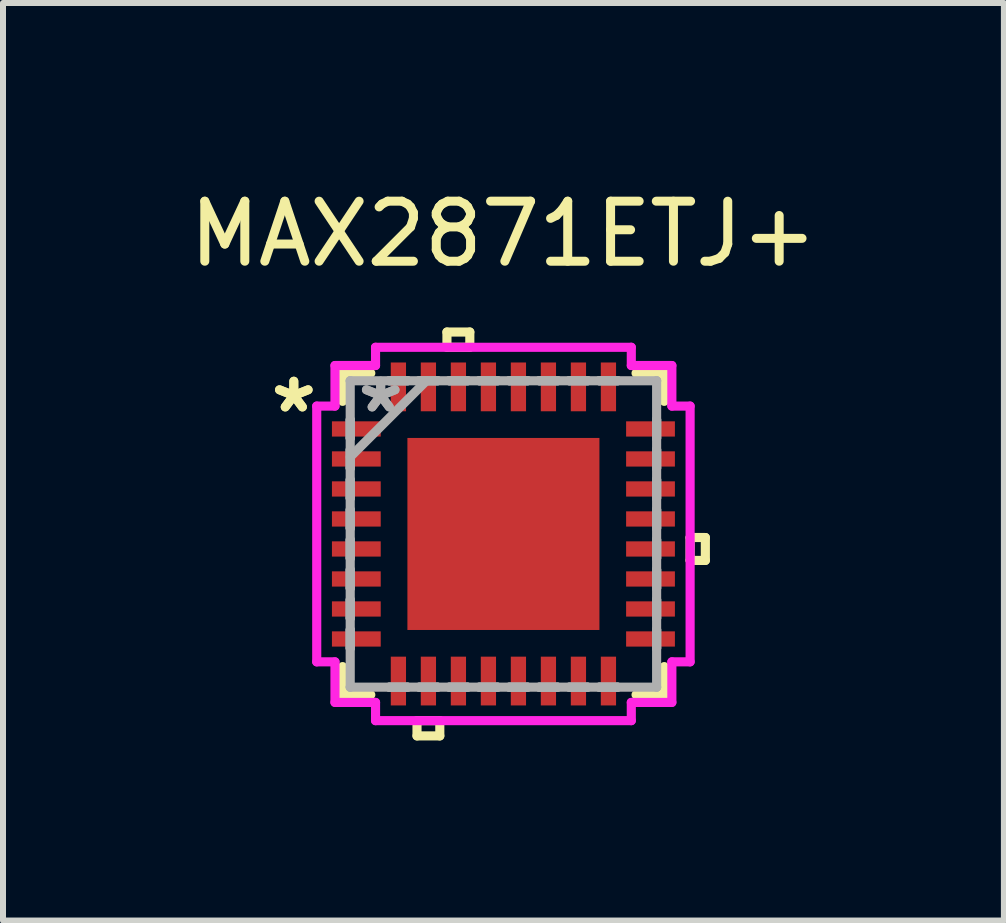
<source format=kicad_pcb>
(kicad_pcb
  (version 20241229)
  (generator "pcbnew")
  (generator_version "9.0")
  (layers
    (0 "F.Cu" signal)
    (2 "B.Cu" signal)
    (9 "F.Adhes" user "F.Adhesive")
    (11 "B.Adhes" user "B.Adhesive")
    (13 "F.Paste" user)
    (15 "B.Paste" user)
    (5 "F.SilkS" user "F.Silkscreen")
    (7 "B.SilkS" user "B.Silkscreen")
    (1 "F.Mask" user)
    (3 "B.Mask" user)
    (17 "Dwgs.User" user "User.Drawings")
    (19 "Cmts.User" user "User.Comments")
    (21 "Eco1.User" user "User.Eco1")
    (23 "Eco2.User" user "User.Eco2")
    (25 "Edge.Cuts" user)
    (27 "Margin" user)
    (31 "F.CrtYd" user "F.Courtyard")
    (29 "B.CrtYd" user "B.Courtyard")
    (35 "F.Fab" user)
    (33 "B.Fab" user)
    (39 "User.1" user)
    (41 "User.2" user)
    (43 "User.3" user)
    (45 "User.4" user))
  (footprint "MAX2871ETJ+"
    (layer "F.Cu")
    (at 5.339 5.848)
    (property "Reference" "MAX2871ETJ+" (at 0 -5 0) (layer "F.SilkS") (effects (font (size 1 1) (thickness 0.15))))
    (attr through_hole)
    (fp_line (start -2.68 -2.68) (end -2.68 -2.21) (stroke (width 0.152) (type solid)) (layer "F.SilkS"))
    (fp_line (start -2.68 2.21) (end -2.68 2.68) (stroke (width 0.152) (type solid)) (layer "F.SilkS"))
    (fp_line (start -2.68 2.68) (end -2.21 2.68) (stroke (width 0.152) (type solid)) (layer "F.SilkS"))
    (fp_line (start -2.21 -2.68) (end -2.68 -2.68) (stroke (width 0.152) (type solid)) (layer "F.SilkS"))
    (fp_line (start -1.44 3.111) (end -1.44 3.365) (stroke (width 0.152) (type solid)) (layer "F.SilkS"))
    (fp_line (start -1.44 3.365) (end -1.06 3.365) (stroke (width 0.152) (type solid)) (layer "F.SilkS"))
    (fp_line (start -1.06 3.111) (end -1.44 3.111) (stroke (width 0.152) (type solid)) (layer "F.SilkS"))
    (fp_line (start -1.06 3.365) (end -1.06 3.111) (stroke (width 0.152) (type solid)) (layer "F.SilkS"))
    (fp_line (start -0.941 -3.365) (end -0.56 -3.365) (stroke (width 0.152) (type solid)) (layer "F.SilkS"))
    (fp_line (start -0.941 -3.111) (end -0.941 -3.365) (stroke (width 0.152) (type solid)) (layer "F.SilkS"))
    (fp_line (start -0.56 -3.365) (end -0.56 -3.111) (stroke (width 0.152) (type solid)) (layer "F.SilkS"))
    (fp_line (start -0.56 -3.111) (end -0.941 -3.111) (stroke (width 0.152) (type solid)) (layer "F.SilkS"))
    (fp_line (start 2.21 2.68) (end 2.68 2.68) (stroke (width 0.152) (type solid)) (layer "F.SilkS"))
    (fp_line (start 2.68 -2.68) (end 2.21 -2.68) (stroke (width 0.152) (type solid)) (layer "F.SilkS"))
    (fp_line (start 2.68 -2.21) (end 2.68 -2.68) (stroke (width 0.152) (type solid)) (layer "F.SilkS"))
    (fp_line (start 2.68 2.68) (end 2.68 2.21) (stroke (width 0.152) (type solid)) (layer "F.SilkS"))
    (fp_line (start 3.111 0.059) (end 3.365 0.059) (stroke (width 0.152) (type solid)) (layer "F.SilkS"))
    (fp_line (start 3.111 0.441) (end 3.111 0.059) (stroke (width 0.152) (type solid)) (layer "F.SilkS"))
    (fp_line (start 3.365 0.059) (end 3.365 0.441) (stroke (width 0.152) (type solid)) (layer "F.SilkS"))
    (fp_line (start 3.365 0.441) (end 3.111 0.441) (stroke (width 0.152) (type solid)) (layer "F.SilkS"))
    (fp_line (start -1.5 -1.5) (end -1.5 -0.1) (stroke (width 0.152) (type solid)) (layer "F.Paste"))
    (fp_line (start -1.5 -0.1) (end -0.1 -0.1) (stroke (width 0.152) (type solid)) (layer "F.Paste"))
    (fp_line (start -1.5 0.1) (end -1.5 1.5) (stroke (width 0.152) (type solid)) (layer "F.Paste"))
    (fp_line (start -1.5 1.5) (end -0.1 1.5) (stroke (width 0.152) (type solid)) (layer "F.Paste"))
    (fp_line (start -0.1 -1.5) (end -1.5 -1.5) (stroke (width 0.152) (type solid)) (layer "F.Paste"))
    (fp_line (start -0.1 -0.1) (end -0.1 -1.5) (stroke (width 0.152) (type solid)) (layer "F.Paste"))
    (fp_line (start -0.1 0.1) (end -1.5 0.1) (stroke (width 0.152) (type solid)) (layer "F.Paste"))
    (fp_line (start -0.1 1.5) (end -0.1 0.1) (stroke (width 0.152) (type solid)) (layer "F.Paste"))
    (fp_line (start 0.1 -1.5) (end 0.1 -0.1) (stroke (width 0.152) (type solid)) (layer "F.Paste"))
    (fp_line (start 0.1 -0.1) (end 1.5 -0.1) (stroke (width 0.152) (type solid)) (layer "F.Paste"))
    (fp_line (start 0.1 0.1) (end 0.1 1.5) (stroke (width 0.152) (type solid)) (layer "F.Paste"))
    (fp_line (start 0.1 1.5) (end 1.5 1.5) (stroke (width 0.152) (type solid)) (layer "F.Paste"))
    (fp_line (start 1.5 -1.5) (end 0.1 -1.5) (stroke (width 0.152) (type solid)) (layer "F.Paste"))
    (fp_line (start 1.5 -0.1) (end 1.5 -1.5) (stroke (width 0.152) (type solid)) (layer "F.Paste"))
    (fp_line (start 1.5 0.1) (end 0.1 0.1) (stroke (width 0.152) (type solid)) (layer "F.Paste"))
    (fp_line (start 1.5 1.5) (end 1.5 0.1) (stroke (width 0.152) (type solid)) (layer "F.Paste"))
    (fp_line (start -3.111 -2.131) (end -2.807 -2.131) (stroke (width 0.152) (type solid)) (layer "F.CrtYd"))
    (fp_line (start -3.111 2.131) (end -3.111 -2.131) (stroke (width 0.152) (type solid)) (layer "F.CrtYd"))
    (fp_line (start -2.807 -2.807) (end -2.131 -2.807) (stroke (width 0.152) (type solid)) (layer "F.CrtYd"))
    (fp_line (start -2.807 -2.131) (end -2.807 -2.807) (stroke (width 0.152) (type solid)) (layer "F.CrtYd"))
    (fp_line (start -2.807 2.131) (end -3.111 2.131) (stroke (width 0.152) (type solid)) (layer "F.CrtYd"))
    (fp_line (start -2.807 2.807) (end -2.807 2.131) (stroke (width 0.152) (type solid)) (layer "F.CrtYd"))
    (fp_line (start -2.131 -3.111) (end 2.131 -3.111) (stroke (width 0.152) (type solid)) (layer "F.CrtYd"))
    (fp_line (start -2.131 -2.807) (end -2.131 -3.111) (stroke (width 0.152) (type solid)) (layer "F.CrtYd"))
    (fp_line (start -2.131 2.807) (end -2.807 2.807) (stroke (width 0.152) (type solid)) (layer "F.CrtYd"))
    (fp_line (start -2.131 3.111) (end -2.131 2.807) (stroke (width 0.152) (type solid)) (layer "F.CrtYd"))
    (fp_line (start 2.131 -3.111) (end 2.131 -2.807) (stroke (width 0.152) (type solid)) (layer "F.CrtYd"))
    (fp_line (start 2.131 -2.807) (end 2.807 -2.807) (stroke (width 0.152) (type solid)) (layer "F.CrtYd"))
    (fp_line (start 2.131 2.807) (end 2.131 3.111) (stroke (width 0.152) (type solid)) (layer "F.CrtYd"))
    (fp_line (start 2.131 3.111) (end -2.131 3.111) (stroke (width 0.152) (type solid)) (layer "F.CrtYd"))
    (fp_line (start 2.807 -2.807) (end 2.807 -2.131) (stroke (width 0.152) (type solid)) (layer "F.CrtYd"))
    (fp_line (start 2.807 -2.131) (end 3.111 -2.131) (stroke (width 0.152) (type solid)) (layer "F.CrtYd"))
    (fp_line (start 2.807 2.131) (end 2.807 2.807) (stroke (width 0.152) (type solid)) (layer "F.CrtYd"))
    (fp_line (start 2.807 2.807) (end 2.131 2.807) (stroke (width 0.152) (type solid)) (layer "F.CrtYd"))
    (fp_line (start 3.111 -2.131) (end 3.111 2.131) (stroke (width 0.152) (type solid)) (layer "F.CrtYd"))
    (fp_line (start 3.111 2.131) (end 2.807 2.131) (stroke (width 0.152) (type solid)) (layer "F.CrtYd"))
    (fp_line (start -2.553 -2.553) (end -2.553 -2.553) (stroke (width 0.152) (type solid)) (layer "F.Fab"))
    (fp_line (start -2.553 -2.553) (end -2.553 2.553) (stroke (width 0.152) (type solid)) (layer "F.Fab"))
    (fp_line (start -2.553 -1.902) (end -2.553 -1.902) (stroke (width 0.152) (type solid)) (layer "F.Fab"))
    (fp_line (start -2.553 -1.902) (end -2.553 -1.598) (stroke (width 0.152) (type solid)) (layer "F.Fab"))
    (fp_line (start -2.553 -1.598) (end -2.553 -1.902) (stroke (width 0.152) (type solid)) (layer "F.Fab"))
    (fp_line (start -2.553 -1.598) (end -2.553 -1.598) (stroke (width 0.152) (type solid)) (layer "F.Fab"))
    (fp_line (start -2.553 -1.402) (end -2.553 -1.402) (stroke (width 0.152) (type solid)) (layer "F.Fab"))
    (fp_line (start -2.553 -1.402) (end -2.553 -1.098) (stroke (width 0.152) (type solid)) (layer "F.Fab"))
    (fp_line (start -2.553 -1.283) (end -1.283 -2.553) (stroke (width 0.152) (type solid)) (layer "F.Fab"))
    (fp_line (start -2.553 -1.098) (end -2.553 -1.402) (stroke (width 0.152) (type solid)) (layer "F.Fab"))
    (fp_line (start -2.553 -1.098) (end -2.553 -1.098) (stroke (width 0.152) (type solid)) (layer "F.Fab"))
    (fp_line (start -2.553 -0.902) (end -2.553 -0.902) (stroke (width 0.152) (type solid)) (layer "F.Fab"))
    (fp_line (start -2.553 -0.902) (end -2.553 -0.598) (stroke (width 0.152) (type solid)) (layer "F.Fab"))
    (fp_line (start -2.553 -0.598) (end -2.553 -0.902) (stroke (width 0.152) (type solid)) (layer "F.Fab"))
    (fp_line (start -2.553 -0.598) (end -2.553 -0.598) (stroke (width 0.152) (type solid)) (layer "F.Fab"))
    (fp_line (start -2.553 -0.402) (end -2.553 -0.402) (stroke (width 0.152) (type solid)) (layer "F.Fab"))
    (fp_line (start -2.553 -0.402) (end -2.553 -0.098) (stroke (width 0.152) (type solid)) (layer "F.Fab"))
    (fp_line (start -2.553 -0.098) (end -2.553 -0.402) (stroke (width 0.152) (type solid)) (layer "F.Fab"))
    (fp_line (start -2.553 -0.098) (end -2.553 -0.098) (stroke (width 0.152) (type solid)) (layer "F.Fab"))
    (fp_line (start -2.553 0.098) (end -2.553 0.098) (stroke (width 0.152) (type solid)) (layer "F.Fab"))
    (fp_line (start -2.553 0.098) (end -2.553 0.402) (stroke (width 0.152) (type solid)) (layer "F.Fab"))
    (fp_line (start -2.553 0.402) (end -2.553 0.098) (stroke (width 0.152) (type solid)) (layer "F.Fab"))
    (fp_line (start -2.553 0.402) (end -2.553 0.402) (stroke (width 0.152) (type solid)) (layer "F.Fab"))
    (fp_line (start -2.553 0.598) (end -2.553 0.598) (stroke (width 0.152) (type solid)) (layer "F.Fab"))
    (fp_line (start -2.553 0.598) (end -2.553 0.902) (stroke (width 0.152) (type solid)) (layer "F.Fab"))
    (fp_line (start -2.553 0.902) (end -2.553 0.598) (stroke (width 0.152) (type solid)) (layer "F.Fab"))
    (fp_line (start -2.553 0.902) (end -2.553 0.902) (stroke (width 0.152) (type solid)) (layer "F.Fab"))
    (fp_line (start -2.553 1.098) (end -2.553 1.098) (stroke (width 0.152) (type solid)) (layer "F.Fab"))
    (fp_line (start -2.553 1.098) (end -2.553 1.402) (stroke (width 0.152) (type solid)) (layer "F.Fab"))
    (fp_line (start -2.553 1.402) (end -2.553 1.098) (stroke (width 0.152) (type solid)) (layer "F.Fab"))
    (fp_line (start -2.553 1.402) (end -2.553 1.402) (stroke (width 0.152) (type solid)) (layer "F.Fab"))
    (fp_line (start -2.553 1.598) (end -2.553 1.598) (stroke (width 0.152) (type solid)) (layer "F.Fab"))
    (fp_line (start -2.553 1.598) (end -2.553 1.902) (stroke (width 0.152) (type solid)) (layer "F.Fab"))
    (fp_line (start -2.553 1.902) (end -2.553 1.598) (stroke (width 0.152) (type solid)) (layer "F.Fab"))
    (fp_line (start -2.553 1.902) (end -2.553 1.902) (stroke (width 0.152) (type solid)) (layer "F.Fab"))
    (fp_line (start -2.553 2.553) (end -2.553 2.553) (stroke (width 0.152) (type solid)) (layer "F.Fab"))
    (fp_line (start -2.553 2.553) (end 2.553 2.553) (stroke (width 0.152) (type solid)) (layer "F.Fab"))
    (fp_line (start -1.902 -2.553) (end -1.902 -2.553) (stroke (width 0.152) (type solid)) (layer "F.Fab"))
    (fp_line (start -1.902 -2.553) (end -1.598 -2.553) (stroke (width 0.152) (type solid)) (layer "F.Fab"))
    (fp_line (start -1.902 2.553) (end -1.902 2.553) (stroke (width 0.152) (type solid)) (layer "F.Fab"))
    (fp_line (start -1.902 2.553) (end -1.598 2.553) (stroke (width 0.152) (type solid)) (layer "F.Fab"))
    (fp_line (start -1.598 -2.553) (end -1.902 -2.553) (stroke (width 0.152) (type solid)) (layer "F.Fab"))
    (fp_line (start -1.598 -2.553) (end -1.598 -2.553) (stroke (width 0.152) (type solid)) (layer "F.Fab"))
    (fp_line (start -1.598 2.553) (end -1.902 2.553) (stroke (width 0.152) (type solid)) (layer "F.Fab"))
    (fp_line (start -1.598 2.553) (end -1.598 2.553) (stroke (width 0.152) (type solid)) (layer "F.Fab"))
    (fp_line (start -1.402 -2.553) (end -1.402 -2.553) (stroke (width 0.152) (type solid)) (layer "F.Fab"))
    (fp_line (start -1.402 -2.553) (end -1.098 -2.553) (stroke (width 0.152) (type solid)) (layer "F.Fab"))
    (fp_line (start -1.402 2.553) (end -1.402 2.553) (stroke (width 0.152) (type solid)) (layer "F.Fab"))
    (fp_line (start -1.402 2.553) (end -1.098 2.553) (stroke (width 0.152) (type solid)) (layer "F.Fab"))
    (fp_line (start -1.098 -2.553) (end -1.402 -2.553) (stroke (width 0.152) (type solid)) (layer "F.Fab"))
    (fp_line (start -1.098 -2.553) (end -1.098 -2.553) (stroke (width 0.152) (type solid)) (layer "F.Fab"))
    (fp_line (start -1.098 2.553) (end -1.402 2.553) (stroke (width 0.152) (type solid)) (layer "F.Fab"))
    (fp_line (start -1.098 2.553) (end -1.098 2.553) (stroke (width 0.152) (type solid)) (layer "F.Fab"))
    (fp_line (start -0.902 -2.553) (end -0.902 -2.553) (stroke (width 0.152) (type solid)) (layer "F.Fab"))
    (fp_line (start -0.902 -2.553) (end -0.598 -2.553) (stroke (width 0.152) (type solid)) (layer "F.Fab"))
    (fp_line (start -0.902 2.553) (end -0.902 2.553) (stroke (width 0.152) (type solid)) (layer "F.Fab"))
    (fp_line (start -0.902 2.553) (end -0.598 2.553) (stroke (width 0.152) (type solid)) (layer "F.Fab"))
    (fp_line (start -0.598 -2.553) (end -0.902 -2.553) (stroke (width 0.152) (type solid)) (layer "F.Fab"))
    (fp_line (start -0.598 -2.553) (end -0.598 -2.553) (stroke (width 0.152) (type solid)) (layer "F.Fab"))
    (fp_line (start -0.598 2.553) (end -0.902 2.553) (stroke (width 0.152) (type solid)) (layer "F.Fab"))
    (fp_line (start -0.598 2.553) (end -0.598 2.553) (stroke (width 0.152) (type solid)) (layer "F.Fab"))
    (fp_line (start -0.402 -2.553) (end -0.402 -2.553) (stroke (width 0.152) (type solid)) (layer "F.Fab"))
    (fp_line (start -0.402 -2.553) (end -0.098 -2.553) (stroke (width 0.152) (type solid)) (layer "F.Fab"))
    (fp_line (start -0.402 2.553) (end -0.402 2.553) (stroke (width 0.152) (type solid)) (layer "F.Fab"))
    (fp_line (start -0.402 2.553) (end -0.098 2.553) (stroke (width 0.152) (type solid)) (layer "F.Fab"))
    (fp_line (start -0.098 -2.553) (end -0.402 -2.553) (stroke (width 0.152) (type solid)) (layer "F.Fab"))
    (fp_line (start -0.098 -2.553) (end -0.098 -2.553) (stroke (width 0.152) (type solid)) (layer "F.Fab"))
    (fp_line (start -0.098 2.553) (end -0.402 2.553) (stroke (width 0.152) (type solid)) (layer "F.Fab"))
    (fp_line (start -0.098 2.553) (end -0.098 2.553) (stroke (width 0.152) (type solid)) (layer "F.Fab"))
    (fp_line (start 0.098 -2.553) (end 0.098 -2.553) (stroke (width 0.152) (type solid)) (layer "F.Fab"))
    (fp_line (start 0.098 -2.553) (end 0.402 -2.553) (stroke (width 0.152) (type solid)) (layer "F.Fab"))
    (fp_line (start 0.098 2.553) (end 0.098 2.553) (stroke (width 0.152) (type solid)) (layer "F.Fab"))
    (fp_line (start 0.098 2.553) (end 0.402 2.553) (stroke (width 0.152) (type solid)) (layer "F.Fab"))
    (fp_line (start 0.402 -2.553) (end 0.098 -2.553) (stroke (width 0.152) (type solid)) (layer "F.Fab"))
    (fp_line (start 0.402 -2.553) (end 0.402 -2.553) (stroke (width 0.152) (type solid)) (layer "F.Fab"))
    (fp_line (start 0.402 2.553) (end 0.098 2.553) (stroke (width 0.152) (type solid)) (layer "F.Fab"))
    (fp_line (start 0.402 2.553) (end 0.402 2.553) (stroke (width 0.152) (type solid)) (layer "F.Fab"))
    (fp_line (start 0.598 -2.553) (end 0.598 -2.553) (stroke (width 0.152) (type solid)) (layer "F.Fab"))
    (fp_line (start 0.598 -2.553) (end 0.902 -2.553) (stroke (width 0.152) (type solid)) (layer "F.Fab"))
    (fp_line (start 0.598 2.553) (end 0.598 2.553) (stroke (width 0.152) (type solid)) (layer "F.Fab"))
    (fp_line (start 0.598 2.553) (end 0.902 2.553) (stroke (width 0.152) (type solid)) (layer "F.Fab"))
    (fp_line (start 0.902 -2.553) (end 0.598 -2.553) (stroke (width 0.152) (type solid)) (layer "F.Fab"))
    (fp_line (start 0.902 -2.553) (end 0.902 -2.553) (stroke (width 0.152) (type solid)) (layer "F.Fab"))
    (fp_line (start 0.902 2.553) (end 0.598 2.553) (stroke (width 0.152) (type solid)) (layer "F.Fab"))
    (fp_line (start 0.902 2.553) (end 0.902 2.553) (stroke (width 0.152) (type solid)) (layer "F.Fab"))
    (fp_line (start 1.098 -2.553) (end 1.098 -2.553) (stroke (width 0.152) (type solid)) (layer "F.Fab"))
    (fp_line (start 1.098 -2.553) (end 1.402 -2.553) (stroke (width 0.152) (type solid)) (layer "F.Fab"))
    (fp_line (start 1.098 2.553) (end 1.098 2.553) (stroke (width 0.152) (type solid)) (layer "F.Fab"))
    (fp_line (start 1.098 2.553) (end 1.402 2.553) (stroke (width 0.152) (type solid)) (layer "F.Fab"))
    (fp_line (start 1.402 -2.553) (end 1.098 -2.553) (stroke (width 0.152) (type solid)) (layer "F.Fab"))
    (fp_line (start 1.402 -2.553) (end 1.402 -2.553) (stroke (width 0.152) (type solid)) (layer "F.Fab"))
    (fp_line (start 1.402 2.553) (end 1.098 2.553) (stroke (width 0.152) (type solid)) (layer "F.Fab"))
    (fp_line (start 1.402 2.553) (end 1.402 2.553) (stroke (width 0.152) (type solid)) (layer "F.Fab"))
    (fp_line (start 1.598 -2.553) (end 1.598 -2.553) (stroke (width 0.152) (type solid)) (layer "F.Fab"))
    (fp_line (start 1.598 -2.553) (end 1.902 -2.553) (stroke (width 0.152) (type solid)) (layer "F.Fab"))
    (fp_line (start 1.598 2.553) (end 1.598 2.553) (stroke (width 0.152) (type solid)) (layer "F.Fab"))
    (fp_line (start 1.598 2.553) (end 1.902 2.553) (stroke (width 0.152) (type solid)) (layer "F.Fab"))
    (fp_line (start 1.902 -2.553) (end 1.598 -2.553) (stroke (width 0.152) (type solid)) (layer "F.Fab"))
    (fp_line (start 1.902 -2.553) (end 1.902 -2.553) (stroke (width 0.152) (type solid)) (layer "F.Fab"))
    (fp_line (start 1.902 2.553) (end 1.598 2.553) (stroke (width 0.152) (type solid)) (layer "F.Fab"))
    (fp_line (start 1.902 2.553) (end 1.902 2.553) (stroke (width 0.152) (type solid)) (layer "F.Fab"))
    (fp_line (start 2.553 -2.553) (end -2.553 -2.553) (stroke (width 0.152) (type solid)) (layer "F.Fab"))
    (fp_line (start 2.553 -2.553) (end 2.553 -2.553) (stroke (width 0.152) (type solid)) (layer "F.Fab"))
    (fp_line (start 2.553 -1.902) (end 2.553 -1.902) (stroke (width 0.152) (type solid)) (layer "F.Fab"))
    (fp_line (start 2.553 -1.902) (end 2.553 -1.598) (stroke (width 0.152) (type solid)) (layer "F.Fab"))
    (fp_line (start 2.553 -1.598) (end 2.553 -1.902) (stroke (width 0.152) (type solid)) (layer "F.Fab"))
    (fp_line (start 2.553 -1.598) (end 2.553 -1.598) (stroke (width 0.152) (type solid)) (layer "F.Fab"))
    (fp_line (start 2.553 -1.402) (end 2.553 -1.402) (stroke (width 0.152) (type solid)) (layer "F.Fab"))
    (fp_line (start 2.553 -1.402) (end 2.553 -1.098) (stroke (width 0.152) (type solid)) (layer "F.Fab"))
    (fp_line (start 2.553 -1.098) (end 2.553 -1.402) (stroke (width 0.152) (type solid)) (layer "F.Fab"))
    (fp_line (start 2.553 -1.098) (end 2.553 -1.098) (stroke (width 0.152) (type solid)) (layer "F.Fab"))
    (fp_line (start 2.553 -0.902) (end 2.553 -0.902) (stroke (width 0.152) (type solid)) (layer "F.Fab"))
    (fp_line (start 2.553 -0.902) (end 2.553 -0.598) (stroke (width 0.152) (type solid)) (layer "F.Fab"))
    (fp_line (start 2.553 -0.598) (end 2.553 -0.902) (stroke (width 0.152) (type solid)) (layer "F.Fab"))
    (fp_line (start 2.553 -0.598) (end 2.553 -0.598) (stroke (width 0.152) (type solid)) (layer "F.Fab"))
    (fp_line (start 2.553 -0.402) (end 2.553 -0.402) (stroke (width 0.152) (type solid)) (layer "F.Fab"))
    (fp_line (start 2.553 -0.402) (end 2.553 -0.098) (stroke (width 0.152) (type solid)) (layer "F.Fab"))
    (fp_line (start 2.553 -0.098) (end 2.553 -0.402) (stroke (width 0.152) (type solid)) (layer "F.Fab"))
    (fp_line (start 2.553 -0.098) (end 2.553 -0.098) (stroke (width 0.152) (type solid)) (layer "F.Fab"))
    (fp_line (start 2.553 0.098) (end 2.553 0.098) (stroke (width 0.152) (type solid)) (layer "F.Fab"))
    (fp_line (start 2.553 0.098) (end 2.553 0.402) (stroke (width 0.152) (type solid)) (layer "F.Fab"))
    (fp_line (start 2.553 0.402) (end 2.553 0.098) (stroke (width 0.152) (type solid)) (layer "F.Fab"))
    (fp_line (start 2.553 0.402) (end 2.553 0.402) (stroke (width 0.152) (type solid)) (layer "F.Fab"))
    (fp_line (start 2.553 0.598) (end 2.553 0.598) (stroke (width 0.152) (type solid)) (layer "F.Fab"))
    (fp_line (start 2.553 0.598) (end 2.553 0.902) (stroke (width 0.152) (type solid)) (layer "F.Fab"))
    (fp_line (start 2.553 0.902) (end 2.553 0.598) (stroke (width 0.152) (type solid)) (layer "F.Fab"))
    (fp_line (start 2.553 0.902) (end 2.553 0.902) (stroke (width 0.152) (type solid)) (layer "F.Fab"))
    (fp_line (start 2.553 1.098) (end 2.553 1.098) (stroke (width 0.152) (type solid)) (layer "F.Fab"))
    (fp_line (start 2.553 1.098) (end 2.553 1.402) (stroke (width 0.152) (type solid)) (layer "F.Fab"))
    (fp_line (start 2.553 1.402) (end 2.553 1.098) (stroke (width 0.152) (type solid)) (layer "F.Fab"))
    (fp_line (start 2.553 1.402) (end 2.553 1.402) (stroke (width 0.152) (type solid)) (layer "F.Fab"))
    (fp_line (start 2.553 1.598) (end 2.553 1.598) (stroke (width 0.152) (type solid)) (layer "F.Fab"))
    (fp_line (start 2.553 1.598) (end 2.553 1.902) (stroke (width 0.152) (type solid)) (layer "F.Fab"))
    (fp_line (start 2.553 1.902) (end 2.553 1.598) (stroke (width 0.152) (type solid)) (layer "F.Fab"))
    (fp_line (start 2.553 1.902) (end 2.553 1.902) (stroke (width 0.152) (type solid)) (layer "F.Fab"))
    (fp_line (start 2.553 2.553) (end 2.553 -2.553) (stroke (width 0.152) (type solid)) (layer "F.Fab"))
    (fp_line (start 2.553 2.553) (end 2.553 2.553) (stroke (width 0.152) (type solid)) (layer "F.Fab"))
    (fp_text user "*" (at -3.493 -2 0) (layer "F.SilkS") (effects (font (size 1 1) (thickness 0.15))))
    (fp_text user "*" (at -3.493 -2 0) (layer "F.SilkS") (effects (font (size 1 1) (thickness 0.15))))
    (fp_text user "*" (at -2.045 -2 0) (layer "F.Fab") (effects (font (size 1 1) (thickness 0.15))))
    (fp_text user "*" (at -2.045 -2 0) (layer "F.Fab") (effects (font (size 1 1) (thickness 0.15))))
    (pad "1" smd rect (at -2.451 -1.75 90) (size 0.254 0.813) (layers "F.Cu" "F.Mask" "F.Paste"))
    (pad "2" smd rect (at -2.451 -1.25 90) (size 0.254 0.813) (layers "F.Cu" "F.Mask" "F.Paste"))
    (pad "3" smd rect (at -2.451 -0.75 90) (size 0.254 0.813) (layers "F.Cu" "F.Mask" "F.Paste"))
    (pad "4" smd rect (at -2.451 -0.25 90) (size 0.254 0.813) (layers "F.Cu" "F.Mask" "F.Paste"))
    (pad "5" smd rect (at -2.451 0.25 90) (size 0.254 0.813) (layers "F.Cu" "F.Mask" "F.Paste"))
    (pad "6" smd rect (at -2.451 0.75 90) (size 0.254 0.813) (layers "F.Cu" "F.Mask" "F.Paste"))
    (pad "7" smd rect (at -2.451 1.25 90) (size 0.254 0.813) (layers "F.Cu" "F.Mask" "F.Paste"))
    (pad "8" smd rect (at -2.451 1.75 90) (size 0.254 0.813) (layers "F.Cu" "F.Mask" "F.Paste"))
    (pad "9" smd rect (at -1.75 2.451) (size 0.254 0.813) (layers "F.Cu" "F.Mask" "F.Paste"))
    (pad "10" smd rect (at -1.25 2.451) (size 0.254 0.813) (layers "F.Cu" "F.Mask" "F.Paste"))
    (pad "11" smd rect (at -0.75 2.451) (size 0.254 0.813) (layers "F.Cu" "F.Mask" "F.Paste"))
    (pad "12" smd rect (at -0.25 2.451) (size 0.254 0.813) (layers "F.Cu" "F.Mask" "F.Paste"))
    (pad "13" smd rect (at 0.25 2.451) (size 0.254 0.813) (layers "F.Cu" "F.Mask" "F.Paste"))
    (pad "14" smd rect (at 0.75 2.451) (size 0.254 0.813) (layers "F.Cu" "F.Mask" "F.Paste"))
    (pad "15" smd rect (at 1.25 2.451) (size 0.254 0.813) (layers "F.Cu" "F.Mask" "F.Paste"))
    (pad "16" smd rect (at 1.75 2.451) (size 0.254 0.813) (layers "F.Cu" "F.Mask" "F.Paste"))
    (pad "17" smd rect (at 2.451 1.75 90) (size 0.254 0.813) (layers "F.Cu" "F.Mask" "F.Paste"))
    (pad "18" smd rect (at 2.451 1.25 90) (size 0.254 0.813) (layers "F.Cu" "F.Mask" "F.Paste"))
    (pad "19" smd rect (at 2.451 0.75 90) (size 0.254 0.813) (layers "F.Cu" "F.Mask" "F.Paste"))
    (pad "20" smd rect (at 2.451 0.25 90) (size 0.254 0.813) (layers "F.Cu" "F.Mask" "F.Paste"))
    (pad "21" smd rect (at 2.451 -0.25 90) (size 0.254 0.813) (layers "F.Cu" "F.Mask" "F.Paste"))
    (pad "22" smd rect (at 2.451 -0.75 90) (size 0.254 0.813) (layers "F.Cu" "F.Mask" "F.Paste"))
    (pad "23" smd rect (at 2.451 -1.25 90) (size 0.254 0.813) (layers "F.Cu" "F.Mask" "F.Paste"))
    (pad "24" smd rect (at 2.451 -1.75 90) (size 0.254 0.813) (layers "F.Cu" "F.Mask" "F.Paste"))
    (pad "25" smd rect (at 1.75 -2.451) (size 0.254 0.813) (layers "F.Cu" "F.Mask" "F.Paste"))
    (pad "26" smd rect (at 1.25 -2.451) (size 0.254 0.813) (layers "F.Cu" "F.Mask" "F.Paste"))
    (pad "27" smd rect (at 0.75 -2.451) (size 0.254 0.813) (layers "F.Cu" "F.Mask" "F.Paste"))
    (pad "28" smd rect (at 0.25 -2.451) (size 0.254 0.813) (layers "F.Cu" "F.Mask" "F.Paste"))
    (pad "29" smd rect (at -0.25 -2.451) (size 0.254 0.813) (layers "F.Cu" "F.Mask" "F.Paste"))
    (pad "30" smd rect (at -0.75 -2.451) (size 0.254 0.813) (layers "F.Cu" "F.Mask" "F.Paste"))
    (pad "31" smd rect (at -1.25 -2.451) (size 0.254 0.813) (layers "F.Cu" "F.Mask" "F.Paste"))
    (pad "32" smd rect (at -1.75 -2.451) (size 0.254 0.813) (layers "F.Cu" "F.Mask" "F.Paste"))
    (pad "33" smd rect (at 0 0) (size 3.2 3.2) (layers "F.Cu" "F.Mask" "F.Paste")))
  (gr_rect
    (start -3 -3)
    (end 13.679 12.29)
    (stroke (width 0.1) (type default))
    (fill no)
    (layer "Edge.Cuts")))
</source>
